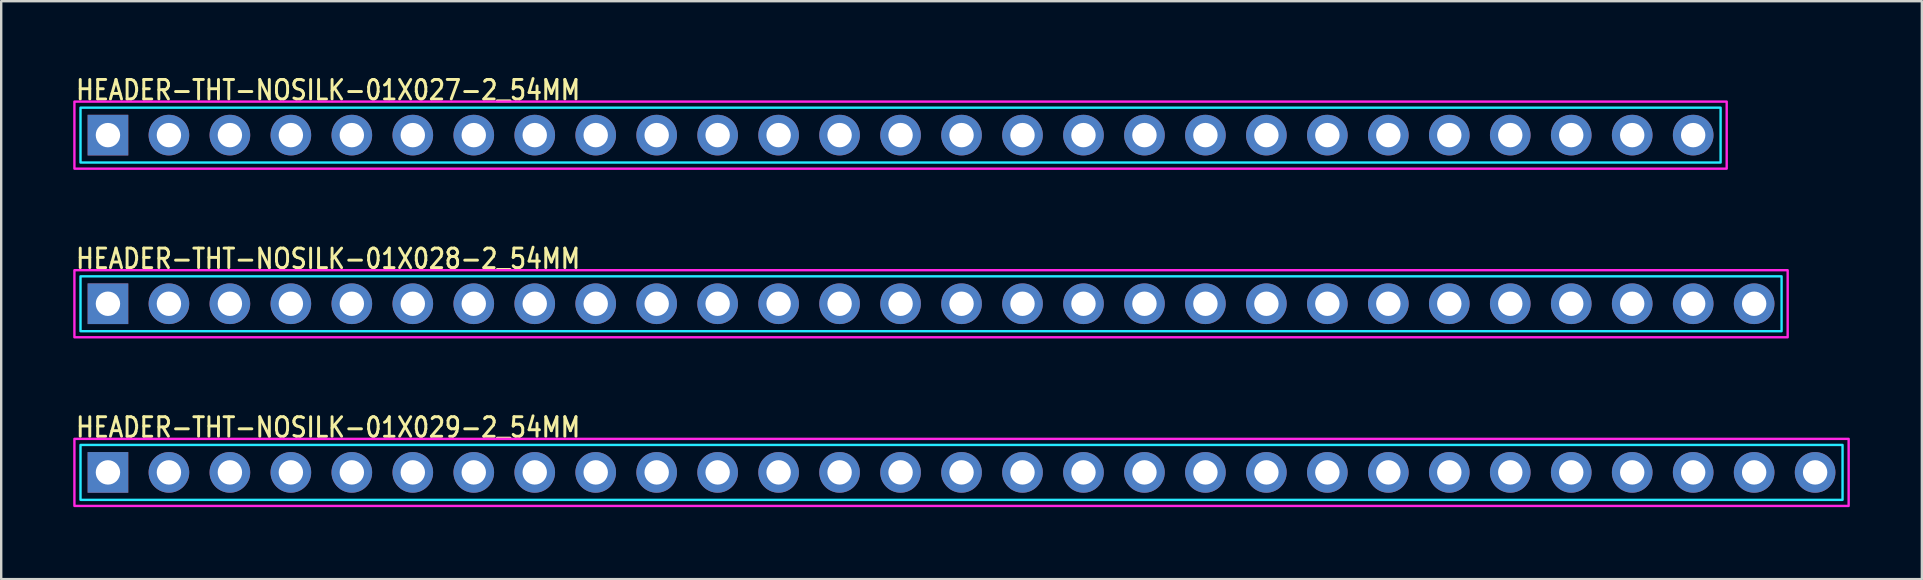
<source format=kicad_pcb>
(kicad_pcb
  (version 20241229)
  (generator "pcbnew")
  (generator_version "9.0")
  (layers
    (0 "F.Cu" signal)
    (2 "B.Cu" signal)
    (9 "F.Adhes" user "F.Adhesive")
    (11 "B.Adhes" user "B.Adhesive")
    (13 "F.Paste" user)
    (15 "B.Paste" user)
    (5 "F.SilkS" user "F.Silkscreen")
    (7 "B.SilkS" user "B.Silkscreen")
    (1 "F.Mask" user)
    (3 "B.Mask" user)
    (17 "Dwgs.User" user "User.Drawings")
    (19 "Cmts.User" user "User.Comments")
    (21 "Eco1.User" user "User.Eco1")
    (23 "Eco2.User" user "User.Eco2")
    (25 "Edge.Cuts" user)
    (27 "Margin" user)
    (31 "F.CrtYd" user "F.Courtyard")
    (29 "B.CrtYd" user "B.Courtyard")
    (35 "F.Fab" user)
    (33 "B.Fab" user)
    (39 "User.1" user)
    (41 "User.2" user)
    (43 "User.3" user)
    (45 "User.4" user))
  (footprint "HEADER-THT-NOSILK-01X028-2_54MM"
    (layer "F.Cu")
    (at 1.447 9.604)
    (property "Reference" "HEADER-THT-NOSILK-01X028-2_54MM" (at -1.4 -1.4 0) (unlocked yes) (layer "F.SilkS") (effects (font (size 0.813 0.695) (thickness 0.122)) (justify left bottom)))
    (fp_poly (pts (xy -1.143 -1.143) (xy 69.723 -1.143) (xy 69.723 1.143) (xy -1.143 1.143)) (stroke (width 0.1) (type solid)) (fill no) (layer "B.CrtYd"))
    (fp_poly (pts (xy -1.397 -1.397) (xy 69.977 -1.397) (xy 69.977 1.397) (xy -1.397 1.397)) (stroke (width 0.1) (type solid)) (fill no) (layer "F.CrtYd"))
    (pad "P$1" thru_hole rect (at 0 0) (size 1.693 1.693) (drill 1.016) (layers "*.Cu" "*.Mask"))
    (pad "P$2" thru_hole oval (at 2.54 0) (size 1.693 1.693) (drill 1.016) (layers "*.Cu" "*.Mask"))
    (pad "P$3" thru_hole oval (at 5.08 0) (size 1.693 1.693) (drill 1.016) (layers "*.Cu" "*.Mask"))
    (pad "P$4" thru_hole oval (at 7.62 0) (size 1.693 1.693) (drill 1.016) (layers "*.Cu" "*.Mask"))
    (pad "P$5" thru_hole oval (at 10.16 0) (size 1.693 1.693) (drill 1.016) (layers "*.Cu" "*.Mask"))
    (pad "P$6" thru_hole oval (at 12.7 0) (size 1.693 1.693) (drill 1.016) (layers "*.Cu" "*.Mask"))
    (pad "P$7" thru_hole oval (at 15.24 0) (size 1.693 1.693) (drill 1.016) (layers "*.Cu" "*.Mask"))
    (pad "P$8" thru_hole oval (at 17.78 0) (size 1.693 1.693) (drill 1.016) (layers "*.Cu" "*.Mask"))
    (pad "P$9" thru_hole oval (at 20.32 0) (size 1.693 1.693) (drill 1.016) (layers "*.Cu" "*.Mask"))
    (pad "P$10" thru_hole oval (at 22.86 0) (size 1.693 1.693) (drill 1.016) (layers "*.Cu" "*.Mask"))
    (pad "P$11" thru_hole oval (at 25.4 0) (size 1.693 1.693) (drill 1.016) (layers "*.Cu" "*.Mask"))
    (pad "P$12" thru_hole oval (at 27.94 0) (size 1.693 1.693) (drill 1.016) (layers "*.Cu" "*.Mask"))
    (pad "P$13" thru_hole oval (at 30.48 0) (size 1.693 1.693) (drill 1.016) (layers "*.Cu" "*.Mask"))
    (pad "P$14" thru_hole oval (at 33.02 0) (size 1.693 1.693) (drill 1.016) (layers "*.Cu" "*.Mask"))
    (pad "P$15" thru_hole oval (at 35.56 0) (size 1.693 1.693) (drill 1.016) (layers "*.Cu" "*.Mask"))
    (pad "P$16" thru_hole oval (at 38.1 0) (size 1.693 1.693) (drill 1.016) (layers "*.Cu" "*.Mask"))
    (pad "P$17" thru_hole oval (at 40.64 0) (size 1.693 1.693) (drill 1.016) (layers "*.Cu" "*.Mask"))
    (pad "P$18" thru_hole oval (at 43.18 0) (size 1.693 1.693) (drill 1.016) (layers "*.Cu" "*.Mask"))
    (pad "P$19" thru_hole oval (at 45.72 0) (size 1.693 1.693) (drill 1.016) (layers "*.Cu" "*.Mask"))
    (pad "P$20" thru_hole oval (at 48.26 0) (size 1.693 1.693) (drill 1.016) (layers "*.Cu" "*.Mask"))
    (pad "P$21" thru_hole oval (at 50.8 0) (size 1.693 1.693) (drill 1.016) (layers "*.Cu" "*.Mask"))
    (pad "P$22" thru_hole oval (at 53.34 0) (size 1.693 1.693) (drill 1.016) (layers "*.Cu" "*.Mask"))
    (pad "P$23" thru_hole oval (at 55.88 0) (size 1.693 1.693) (drill 1.016) (layers "*.Cu" "*.Mask"))
    (pad "P$24" thru_hole oval (at 58.42 0) (size 1.693 1.693) (drill 1.016) (layers "*.Cu" "*.Mask"))
    (pad "P$25" thru_hole oval (at 60.96 0) (size 1.693 1.693) (drill 1.016) (layers "*.Cu" "*.Mask"))
    (pad "P$26" thru_hole oval (at 63.5 0) (size 1.693 1.693) (drill 1.016) (layers "*.Cu" "*.Mask"))
    (pad "P$27" thru_hole oval (at 66.04 0) (size 1.693 1.693) (drill 1.016) (layers "*.Cu" "*.Mask"))
    (pad "P$28" thru_hole oval (at 68.58 0) (size 1.693 1.693) (drill 1.016) (layers "*.Cu" "*.Mask")))
  (footprint "HEADER-THT-NOSILK-01X027-2_54MM"
    (layer "F.Cu")
    (at 1.447 2.579)
    (property "Reference" "HEADER-THT-NOSILK-01X027-2_54MM" (at -1.4 -1.4 0) (unlocked yes) (layer "F.SilkS") (effects (font (size 0.813 0.695) (thickness 0.122)) (justify left bottom)))
    (fp_poly (pts (xy -1.143 -1.143) (xy 67.183 -1.143) (xy 67.183 1.143) (xy -1.143 1.143)) (stroke (width 0.1) (type solid)) (fill no) (layer "B.CrtYd"))
    (fp_poly (pts (xy -1.397 -1.397) (xy 67.437 -1.397) (xy 67.437 1.397) (xy -1.397 1.397)) (stroke (width 0.1) (type solid)) (fill no) (layer "F.CrtYd"))
    (pad "P$1" thru_hole rect (at 0 0) (size 1.693 1.693) (drill 1.016) (layers "*.Cu" "*.Mask"))
    (pad "P$2" thru_hole oval (at 2.54 0) (size 1.693 1.693) (drill 1.016) (layers "*.Cu" "*.Mask"))
    (pad "P$3" thru_hole oval (at 5.08 0) (size 1.693 1.693) (drill 1.016) (layers "*.Cu" "*.Mask"))
    (pad "P$4" thru_hole oval (at 7.62 0) (size 1.693 1.693) (drill 1.016) (layers "*.Cu" "*.Mask"))
    (pad "P$5" thru_hole oval (at 10.16 0) (size 1.693 1.693) (drill 1.016) (layers "*.Cu" "*.Mask"))
    (pad "P$6" thru_hole oval (at 12.7 0) (size 1.693 1.693) (drill 1.016) (layers "*.Cu" "*.Mask"))
    (pad "P$7" thru_hole oval (at 15.24 0) (size 1.693 1.693) (drill 1.016) (layers "*.Cu" "*.Mask"))
    (pad "P$8" thru_hole oval (at 17.78 0) (size 1.693 1.693) (drill 1.016) (layers "*.Cu" "*.Mask"))
    (pad "P$9" thru_hole oval (at 20.32 0) (size 1.693 1.693) (drill 1.016) (layers "*.Cu" "*.Mask"))
    (pad "P$10" thru_hole oval (at 22.86 0) (size 1.693 1.693) (drill 1.016) (layers "*.Cu" "*.Mask"))
    (pad "P$11" thru_hole oval (at 25.4 0) (size 1.693 1.693) (drill 1.016) (layers "*.Cu" "*.Mask"))
    (pad "P$12" thru_hole oval (at 27.94 0) (size 1.693 1.693) (drill 1.016) (layers "*.Cu" "*.Mask"))
    (pad "P$13" thru_hole oval (at 30.48 0) (size 1.693 1.693) (drill 1.016) (layers "*.Cu" "*.Mask"))
    (pad "P$14" thru_hole oval (at 33.02 0) (size 1.693 1.693) (drill 1.016) (layers "*.Cu" "*.Mask"))
    (pad "P$15" thru_hole oval (at 35.56 0) (size 1.693 1.693) (drill 1.016) (layers "*.Cu" "*.Mask"))
    (pad "P$16" thru_hole oval (at 38.1 0) (size 1.693 1.693) (drill 1.016) (layers "*.Cu" "*.Mask"))
    (pad "P$17" thru_hole oval (at 40.64 0) (size 1.693 1.693) (drill 1.016) (layers "*.Cu" "*.Mask"))
    (pad "P$18" thru_hole oval (at 43.18 0) (size 1.693 1.693) (drill 1.016) (layers "*.Cu" "*.Mask"))
    (pad "P$19" thru_hole oval (at 45.72 0) (size 1.693 1.693) (drill 1.016) (layers "*.Cu" "*.Mask"))
    (pad "P$20" thru_hole oval (at 48.26 0) (size 1.693 1.693) (drill 1.016) (layers "*.Cu" "*.Mask"))
    (pad "P$21" thru_hole oval (at 50.8 0) (size 1.693 1.693) (drill 1.016) (layers "*.Cu" "*.Mask"))
    (pad "P$22" thru_hole oval (at 53.34 0) (size 1.693 1.693) (drill 1.016) (layers "*.Cu" "*.Mask"))
    (pad "P$23" thru_hole oval (at 55.88 0) (size 1.693 1.693) (drill 1.016) (layers "*.Cu" "*.Mask"))
    (pad "P$24" thru_hole oval (at 58.42 0) (size 1.693 1.693) (drill 1.016) (layers "*.Cu" "*.Mask"))
    (pad "P$25" thru_hole oval (at 60.96 0) (size 1.693 1.693) (drill 1.016) (layers "*.Cu" "*.Mask"))
    (pad "P$26" thru_hole oval (at 63.5 0) (size 1.693 1.693) (drill 1.016) (layers "*.Cu" "*.Mask"))
    (pad "P$27" thru_hole oval (at 66.04 0) (size 1.693 1.693) (drill 1.016) (layers "*.Cu" "*.Mask")))
  (footprint "HEADER-THT-NOSILK-01X029-2_54MM"
    (layer "F.Cu")
    (at 1.447 16.63)
    (property "Reference" "HEADER-THT-NOSILK-01X029-2_54MM" (at -1.4 -1.4 0) (unlocked yes) (layer "F.SilkS") (effects (font (size 0.813 0.695) (thickness 0.122)) (justify left bottom)))
    (fp_poly (pts (xy -1.143 -1.143) (xy 72.263 -1.143) (xy 72.263 1.143) (xy -1.143 1.143)) (stroke (width 0.1) (type solid)) (fill no) (layer "B.CrtYd"))
    (fp_poly (pts (xy -1.397 -1.397) (xy 72.517 -1.397) (xy 72.517 1.397) (xy -1.397 1.397)) (stroke (width 0.1) (type solid)) (fill no) (layer "F.CrtYd"))
    (pad "P$1" thru_hole rect (at 0 0) (size 1.693 1.693) (drill 1.016) (layers "*.Cu" "*.Mask"))
    (pad "P$2" thru_hole oval (at 2.54 0) (size 1.693 1.693) (drill 1.016) (layers "*.Cu" "*.Mask"))
    (pad "P$3" thru_hole oval (at 5.08 0) (size 1.693 1.693) (drill 1.016) (layers "*.Cu" "*.Mask"))
    (pad "P$4" thru_hole oval (at 7.62 0) (size 1.693 1.693) (drill 1.016) (layers "*.Cu" "*.Mask"))
    (pad "P$5" thru_hole oval (at 10.16 0) (size 1.693 1.693) (drill 1.016) (layers "*.Cu" "*.Mask"))
    (pad "P$6" thru_hole oval (at 12.7 0) (size 1.693 1.693) (drill 1.016) (layers "*.Cu" "*.Mask"))
    (pad "P$7" thru_hole oval (at 15.24 0) (size 1.693 1.693) (drill 1.016) (layers "*.Cu" "*.Mask"))
    (pad "P$8" thru_hole oval (at 17.78 0) (size 1.693 1.693) (drill 1.016) (layers "*.Cu" "*.Mask"))
    (pad "P$9" thru_hole oval (at 20.32 0) (size 1.693 1.693) (drill 1.016) (layers "*.Cu" "*.Mask"))
    (pad "P$10" thru_hole oval (at 22.86 0) (size 1.693 1.693) (drill 1.016) (layers "*.Cu" "*.Mask"))
    (pad "P$11" thru_hole oval (at 25.4 0) (size 1.693 1.693) (drill 1.016) (layers "*.Cu" "*.Mask"))
    (pad "P$12" thru_hole oval (at 27.94 0) (size 1.693 1.693) (drill 1.016) (layers "*.Cu" "*.Mask"))
    (pad "P$13" thru_hole oval (at 30.48 0) (size 1.693 1.693) (drill 1.016) (layers "*.Cu" "*.Mask"))
    (pad "P$14" thru_hole oval (at 33.02 0) (size 1.693 1.693) (drill 1.016) (layers "*.Cu" "*.Mask"))
    (pad "P$15" thru_hole oval (at 35.56 0) (size 1.693 1.693) (drill 1.016) (layers "*.Cu" "*.Mask"))
    (pad "P$16" thru_hole oval (at 38.1 0) (size 1.693 1.693) (drill 1.016) (layers "*.Cu" "*.Mask"))
    (pad "P$17" thru_hole oval (at 40.64 0) (size 1.693 1.693) (drill 1.016) (layers "*.Cu" "*.Mask"))
    (pad "P$18" thru_hole oval (at 43.18 0) (size 1.693 1.693) (drill 1.016) (layers "*.Cu" "*.Mask"))
    (pad "P$19" thru_hole oval (at 45.72 0) (size 1.693 1.693) (drill 1.016) (layers "*.Cu" "*.Mask"))
    (pad "P$20" thru_hole oval (at 48.26 0) (size 1.693 1.693) (drill 1.016) (layers "*.Cu" "*.Mask"))
    (pad "P$21" thru_hole oval (at 50.8 0) (size 1.693 1.693) (drill 1.016) (layers "*.Cu" "*.Mask"))
    (pad "P$22" thru_hole oval (at 53.34 0) (size 1.693 1.693) (drill 1.016) (layers "*.Cu" "*.Mask"))
    (pad "P$23" thru_hole oval (at 55.88 0) (size 1.693 1.693) (drill 1.016) (layers "*.Cu" "*.Mask"))
    (pad "P$24" thru_hole oval (at 58.42 0) (size 1.693 1.693) (drill 1.016) (layers "*.Cu" "*.Mask"))
    (pad "P$25" thru_hole oval (at 60.96 0) (size 1.693 1.693) (drill 1.016) (layers "*.Cu" "*.Mask"))
    (pad "P$26" thru_hole oval (at 63.5 0) (size 1.693 1.693) (drill 1.016) (layers "*.Cu" "*.Mask"))
    (pad "P$27" thru_hole oval (at 66.04 0) (size 1.693 1.693) (drill 1.016) (layers "*.Cu" "*.Mask"))
    (pad "P$28" thru_hole oval (at 68.58 0) (size 1.693 1.693) (drill 1.016) (layers "*.Cu" "*.Mask"))
    (pad "P$29" thru_hole oval (at 71.12 0) (size 1.693 1.693) (drill 1.016) (layers "*.Cu" "*.Mask")))
  (gr_rect
    (start -3 -3)
    (end 77.014 21.077)
    (stroke (width 0.1) (type default))
    (fill no)
    (layer "Edge.Cuts")))
</source>
